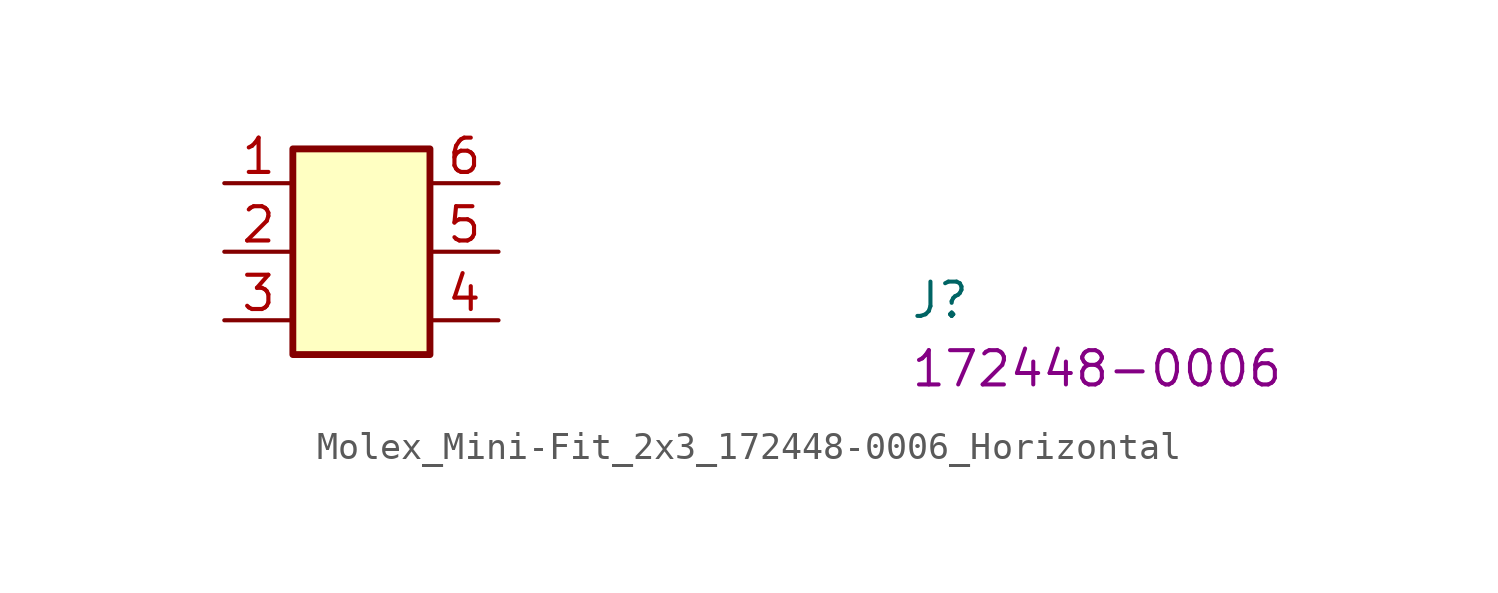
<source format=kicad_sym>
(kicad_symbol_lib
  (version 20220914)
  (generator kicad_symbol_editor)
  (symbol "Molex_Mini-Fit_2x3_172448-0006_Horizontal"
    (property "Reference" "J"
      (at 25.4 -5.08 0)
      (effects (font (size 1.27 1.27) (thickness 0.15)) (justify left bottom)))
    (property "MPN" "172448-0006"
      (at 25.4 -7.62 0)
      (effects (font (size 1.27 1.27) (thickness 0.15)) (justify left bottom)))
    (symbol "Molex_Mini-Fit_2x3_172448-0006_Horizontal_1_1"
      (rectangle (start 2.54 1.27) (end 7.62 -6.35) (stroke (width 0.254) (type default)) (fill (type background)))
      (pin passive line (at 0 0 0) (length 2.54) (name "~" (effects (font (size 1.27 1.27)))) (number "1" (effects (font (size 1.27 1.27)))))
      (pin passive line (at 0 -2.54 0) (length 2.54) (name "~" (effects (font (size 1.27 1.27)))) (number "2" (effects (font (size 1.27 1.27)))))
      (pin passive line (at 0 -5.08 0) (length 2.54) (name "~" (effects (font (size 1.27 1.27)))) (number "3" (effects (font (size 1.27 1.27)))))
      (pin passive line (at 10.16 -5.08 180) (length 2.54) (name "~" (effects (font (size 1.27 1.27)))) (number "4" (effects (font (size 1.27 1.27)))))
      (pin passive line (at 10.16 -2.54 180) (length 2.54) (name "~" (effects (font (size 1.27 1.27)))) (number "5" (effects (font (size 1.27 1.27)))))
      (pin passive line (at 10.16 0 180) (length 2.54) (name "~" (effects (font (size 1.27 1.27)))) (number "6" (effects (font (size 1.27 1.27))))))))
</source>
